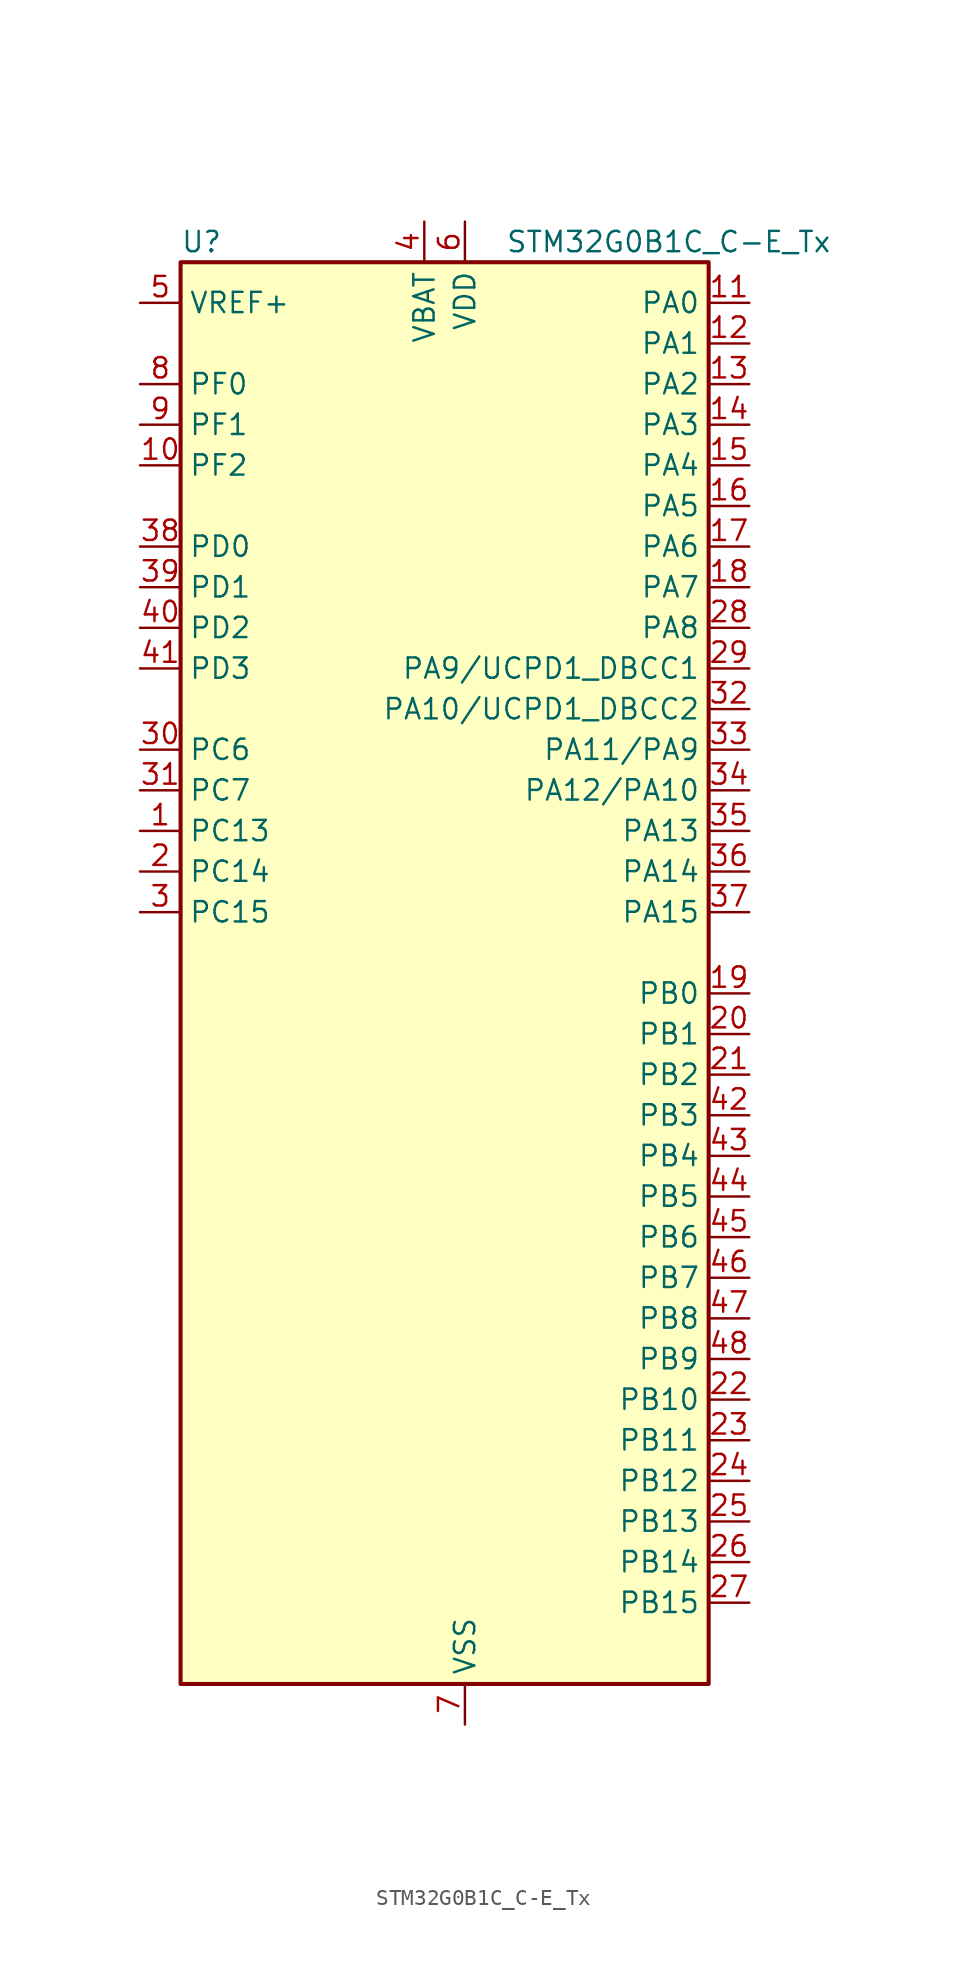
<source format=kicad_sym>
(kicad_symbol_lib
  (version 20211014)
  (generator kicad-library-utils)
  (symbol "STM32G0B1C_C-E_Tx"
    (property "Reference" "U"
      (at -15.24 46.99 0)
      (effects (font (size 1.27 1.27)) (justify left)))
    (property "Value" "STM32G0B1C_C-E_Tx"
      (at 5.08 46.99 0)
      (effects (font (size 1.27 1.27)) (justify left)))
    (property "ki_fp_filters" "LQFP*7x7mm*P0.5mm*"
      (at 0.0 0.0 0.0)
      (effects (font (size 1.27 1.27))))
    (symbol "STM32G0B1C_C-E_Tx_0_1"
      (rectangle (start -15.24 -43.18) (end 17.78 45.72) (stroke (width 0.254)) (fill (type background))))
    (symbol "STM32G0B1C_C-E_Tx_1_1"
      (pin input line (at -17.78 43.18 0) (length 2.54) (name "VREF+" (effects (font (size 1.27 1.27)))) (number "5" (effects (font (size 1.27 1.27)))) (alternate "VREFBUF_OUT" bidirectional line))
      (pin bidirectional line (at -17.78 38.1 0) (length 2.54) (name "PF0" (effects (font (size 1.27 1.27)))) (number "8" (effects (font (size 1.27 1.27)))) (alternate "CRS1_SYNC" bidirectional line) (alternate "RCC_OSC_IN" bidirectional line) (alternate "TIM14_CH1" bidirectional line))
      (pin bidirectional line (at -17.78 35.56 0) (length 2.54) (name "PF1" (effects (font (size 1.27 1.27)))) (number "9" (effects (font (size 1.27 1.27)))) (alternate "RCC_OSC_EN" bidirectional line) (alternate "RCC_OSC_OUT" bidirectional line) (alternate "TIM15_CH1N" bidirectional line))
      (pin bidirectional line (at -17.78 33.02 0) (length 2.54) (name "PF2" (effects (font (size 1.27 1.27)))) (number "10" (effects (font (size 1.27 1.27)))) (alternate "LPUART2_DE" bidirectional line) (alternate "LPUART2_RTS" bidirectional line) (alternate "LPUART2_TX" bidirectional line) (alternate "RCC_MCO" bidirectional line))
      (pin bidirectional line (at -17.78 27.94 0) (length 2.54) (name "PD0" (effects (font (size 1.27 1.27)))) (number "38" (effects (font (size 1.27 1.27)))) (alternate "FDCAN1_RX" bidirectional line) (alternate "I2S2_WS" bidirectional line) (alternate "SPI2_NSS" bidirectional line) (alternate "TIM16_CH1" bidirectional line) (alternate "UCPD2_CC1" bidirectional line))
      (pin bidirectional line (at -17.78 25.4 0) (length 2.54) (name "PD1" (effects (font (size 1.27 1.27)))) (number "39" (effects (font (size 1.27 1.27)))) (alternate "FDCAN1_TX" bidirectional line) (alternate "I2S2_CK" bidirectional line) (alternate "SPI2_SCK" bidirectional line) (alternate "TIM17_CH1" bidirectional line) (alternate "UCPD2_DBCC1" bidirectional line))
      (pin bidirectional line (at -17.78 22.86 0) (length 2.54) (name "PD2" (effects (font (size 1.27 1.27)))) (number "40" (effects (font (size 1.27 1.27)))) (alternate "TIM1_CH1N" bidirectional line) (alternate "TIM3_ETR" bidirectional line) (alternate "UCPD2_CC2" bidirectional line) (alternate "USART3_CK" bidirectional line) (alternate "USART3_DE" bidirectional line) (alternate "USART3_RTS" bidirectional line) (alternate "USART5_RX" bidirectional line))
      (pin bidirectional line (at -17.78 20.32 0) (length 2.54) (name "PD3" (effects (font (size 1.27 1.27)))) (number "41" (effects (font (size 1.27 1.27)))) (alternate "I2S2_MCK" bidirectional line) (alternate "SPI2_MISO" bidirectional line) (alternate "TIM1_CH2N" bidirectional line) (alternate "UCPD2_DBCC2" bidirectional line) (alternate "USART2_CTS" bidirectional line) (alternate "USART2_NSS" bidirectional line) (alternate "USART5_TX" bidirectional line))
      (pin bidirectional line (at -17.78 15.24 0) (length 2.54) (name "PC6" (effects (font (size 1.27 1.27)))) (number "30" (effects (font (size 1.27 1.27)))) (alternate "LPUART2_TX" bidirectional line) (alternate "TIM2_CH3" bidirectional line) (alternate "TIM3_CH1" bidirectional line) (alternate "UCPD1_FRSTX1" bidirectional line) (alternate "UCPD1_FRSTX2" bidirectional line))
      (pin bidirectional line (at -17.78 12.7 0) (length 2.54) (name "PC7" (effects (font (size 1.27 1.27)))) (number "31" (effects (font (size 1.27 1.27)))) (alternate "LPUART2_RX" bidirectional line) (alternate "TIM2_CH4" bidirectional line) (alternate "TIM3_CH2" bidirectional line) (alternate "UCPD2_FRSTX1" bidirectional line) (alternate "UCPD2_FRSTX2" bidirectional line))
      (pin bidirectional line (at -17.78 10.16 0) (length 2.54) (name "PC13" (effects (font (size 1.27 1.27)))) (number "1" (effects (font (size 1.27 1.27)))) (alternate "RTC_OUT1" bidirectional line) (alternate "RTC_TAMP_IN1" bidirectional line) (alternate "RTC_TS" bidirectional line) (alternate "SYS_WKUP2" bidirectional line) (alternate "TIM1_BK" bidirectional line))
      (pin bidirectional line (at -17.78 7.62 0) (length 2.54) (name "PC14" (effects (font (size 1.27 1.27)))) (number "2" (effects (font (size 1.27 1.27)))) (alternate "RCC_OSC32_IN" bidirectional line) (alternate "TIM1_BK2" bidirectional line))
      (pin bidirectional line (at -17.78 5.08 0) (length 2.54) (name "PC15" (effects (font (size 1.27 1.27)))) (number "3" (effects (font (size 1.27 1.27)))) (alternate "RCC_OSC32_EN" bidirectional line) (alternate "RCC_OSC32_OUT" bidirectional line) (alternate "RCC_OSC_EN" bidirectional line) (alternate "TIM15_BK" bidirectional line))
      (pin bidirectional line (at 20.32 43.18 180) (length 2.54) (name "PA0" (effects (font (size 1.27 1.27)))) (number "11" (effects (font (size 1.27 1.27)))) (alternate "ADC1_IN0" bidirectional line) (alternate "COMP1_INM" bidirectional line) (alternate "COMP1_OUT" bidirectional line) (alternate "I2S2_CK" bidirectional line) (alternate "LPTIM1_OUT" bidirectional line) (alternate "RTC_TAMP_IN2" bidirectional line) (alternate "SPI2_SCK" bidirectional line) (alternate "SYS_WKUP1" bidirectional line) (alternate "TIM2_CH1" bidirectional line) (alternate "TIM2_ETR" bidirectional line) (alternate "UCPD2_FRSTX1" bidirectional line) (alternate "UCPD2_FRSTX2" bidirectional line) (alternate "USART2_CTS" bidirectional line) (alternate "USART2_NSS" bidirectional line) (alternate "USART4_TX" bidirectional line))
      (pin bidirectional line (at 20.32 40.64 180) (length 2.54) (name "PA1" (effects (font (size 1.27 1.27)))) (number "12" (effects (font (size 1.27 1.27)))) (alternate "ADC1_IN1" bidirectional line) (alternate "COMP1_INP" bidirectional line) (alternate "I2C1_SMBA" bidirectional line) (alternate "I2S1_CK" bidirectional line) (alternate "SPI1_SCK" bidirectional line) (alternate "TIM15_CH1N" bidirectional line) (alternate "TIM2_CH2" bidirectional line) (alternate "USART2_CK" bidirectional line) (alternate "USART2_DE" bidirectional line) (alternate "USART2_RTS" bidirectional line) (alternate "USART4_RX" bidirectional line))
      (pin bidirectional line (at 20.32 38.1 180) (length 2.54) (name "PA2" (effects (font (size 1.27 1.27)))) (number "13" (effects (font (size 1.27 1.27)))) (alternate "ADC1_IN2" bidirectional line) (alternate "COMP2_INM" bidirectional line) (alternate "COMP2_OUT" bidirectional line) (alternate "I2S1_SD" bidirectional line) (alternate "LPUART1_TX" bidirectional line) (alternate "RCC_LSCO" bidirectional line) (alternate "SPI1_MOSI" bidirectional line) (alternate "SYS_WKUP4" bidirectional line) (alternate "TIM15_CH1" bidirectional line) (alternate "TIM2_CH3" bidirectional line) (alternate "UCPD1_FRSTX1" bidirectional line) (alternate "UCPD1_FRSTX2" bidirectional line) (alternate "USART2_TX" bidirectional line))
      (pin bidirectional line (at 20.32 35.56 180) (length 2.54) (name "PA3" (effects (font (size 1.27 1.27)))) (number "14" (effects (font (size 1.27 1.27)))) (alternate "ADC1_IN3" bidirectional line) (alternate "COMP2_INP" bidirectional line) (alternate "I2S2_MCK" bidirectional line) (alternate "LPUART1_RX" bidirectional line) (alternate "SPI2_MISO" bidirectional line) (alternate "TIM15_CH2" bidirectional line) (alternate "TIM2_CH4" bidirectional line) (alternate "UCPD2_FRSTX1" bidirectional line) (alternate "UCPD2_FRSTX2" bidirectional line) (alternate "USART2_RX" bidirectional line))
      (pin bidirectional line (at 20.32 33.02 180) (length 2.54) (name "PA4" (effects (font (size 1.27 1.27)))) (number "15" (effects (font (size 1.27 1.27)))) (alternate "ADC1_IN4" bidirectional line) (alternate "DAC1_OUT1" bidirectional line) (alternate "I2S1_WS" bidirectional line) (alternate "I2S2_SD" bidirectional line) (alternate "LPTIM2_OUT" bidirectional line) (alternate "RTC_OUT2" bidirectional line) (alternate "SPI1_NSS" bidirectional line) (alternate "SPI2_MOSI" bidirectional line) (alternate "SPI3_NSS" bidirectional line) (alternate "TIM14_CH1" bidirectional line) (alternate "UCPD2_FRSTX1" bidirectional line) (alternate "UCPD2_FRSTX2" bidirectional line) (alternate "USART6_TX" bidirectional line) (alternate "USB_NOE" bidirectional line))
      (pin bidirectional line (at 20.32 30.48 180) (length 2.54) (name "PA5" (effects (font (size 1.27 1.27)))) (number "16" (effects (font (size 1.27 1.27)))) (alternate "ADC1_IN5" bidirectional line) (alternate "CEC" bidirectional line) (alternate "DAC1_OUT2" bidirectional line) (alternate "I2S1_CK" bidirectional line) (alternate "LPTIM2_ETR" bidirectional line) (alternate "SPI1_SCK" bidirectional line) (alternate "TIM2_CH1" bidirectional line) (alternate "TIM2_ETR" bidirectional line) (alternate "UCPD1_FRSTX1" bidirectional line) (alternate "UCPD1_FRSTX2" bidirectional line) (alternate "USART3_TX" bidirectional line) (alternate "USART6_RX" bidirectional line))
      (pin bidirectional line (at 20.32 27.94 180) (length 2.54) (name "PA6" (effects (font (size 1.27 1.27)))) (number "17" (effects (font (size 1.27 1.27)))) (alternate "ADC1_IN6" bidirectional line) (alternate "COMP1_OUT" bidirectional line) (alternate "I2C2_SDA" bidirectional line) (alternate "I2C3_SDA" bidirectional line) (alternate "I2S1_MCK" bidirectional line) (alternate "LPUART1_CTS" bidirectional line) (alternate "SPI1_MISO" bidirectional line) (alternate "TIM16_CH1" bidirectional line) (alternate "TIM1_BK" bidirectional line) (alternate "TIM3_CH1" bidirectional line) (alternate "USART3_CTS" bidirectional line) (alternate "USART3_NSS" bidirectional line) (alternate "USART6_CTS" bidirectional line) (alternate "USART6_NSS" bidirectional line))
      (pin bidirectional line (at 20.32 25.4 180) (length 2.54) (name "PA7" (effects (font (size 1.27 1.27)))) (number "18" (effects (font (size 1.27 1.27)))) (alternate "ADC1_IN7" bidirectional line) (alternate "COMP2_OUT" bidirectional line) (alternate "I2C2_SCL" bidirectional line) (alternate "I2C3_SCL" bidirectional line) (alternate "I2S1_SD" bidirectional line) (alternate "SPI1_MOSI" bidirectional line) (alternate "TIM14_CH1" bidirectional line) (alternate "TIM17_CH1" bidirectional line) (alternate "TIM1_CH1N" bidirectional line) (alternate "TIM3_CH2" bidirectional line) (alternate "UCPD1_FRSTX1" bidirectional line) (alternate "UCPD1_FRSTX2" bidirectional line) (alternate "USART6_CK" bidirectional line) (alternate "USART6_DE" bidirectional line) (alternate "USART6_RTS" bidirectional line))
      (pin bidirectional line (at 20.32 22.86 180) (length 2.54) (name "PA8" (effects (font (size 1.27 1.27)))) (number "28" (effects (font (size 1.27 1.27)))) (alternate "CRS1_SYNC" bidirectional line) (alternate "I2C2_SMBA" bidirectional line) (alternate "I2S2_WS" bidirectional line) (alternate "LPTIM2_OUT" bidirectional line) (alternate "RCC_MCO" bidirectional line) (alternate "SPI2_NSS" bidirectional line) (alternate "TIM1_CH1" bidirectional line) (alternate "UCPD1_CC1" bidirectional line))
      (pin bidirectional line (at 20.32 20.32 180) (length 2.54) (name "PA9/UCPD1_DBCC1" (effects (font (size 1.27 1.27)))) (number "29" (effects (font (size 1.27 1.27)))) (alternate "DAC1_EXTI9" bidirectional line) (alternate "I2C1_SCL" bidirectional line) (alternate "I2C2_SCL" bidirectional line) (alternate "I2S2_MCK" bidirectional line) (alternate "RCC_MCO" bidirectional line) (alternate "SPI2_MISO" bidirectional line) (alternate "TIM15_BK" bidirectional line) (alternate "TIM1_CH2" bidirectional line) (alternate "UCPD1_DBCC1" bidirectional line) (alternate "USART1_TX" bidirectional line))
      (pin bidirectional line (at 20.32 17.78 180) (length 2.54) (name "PA10/UCPD1_DBCC2" (effects (font (size 1.27 1.27)))) (number "32" (effects (font (size 1.27 1.27)))) (alternate "I2C1_SDA" bidirectional line) (alternate "I2C2_SDA" bidirectional line) (alternate "I2S2_SD" bidirectional line) (alternate "RCC_MCO_2" bidirectional line) (alternate "SPI2_MOSI" bidirectional line) (alternate "TIM17_BK" bidirectional line) (alternate "TIM1_CH3" bidirectional line) (alternate "UCPD1_DBCC2" bidirectional line) (alternate "USART1_RX" bidirectional line))
      (pin bidirectional line (at 20.32 15.24 180) (length 2.54) (name "PA11/PA9" (effects (font (size 1.27 1.27)))) (number "33" (effects (font (size 1.27 1.27)))) (alternate "ADC1_EXTI11" bidirectional line) (alternate "COMP1_OUT" bidirectional line) (alternate "FDCAN1_RX" bidirectional line) (alternate "I2C2_SCL" bidirectional line) (alternate "I2S1_MCK" bidirectional line) (alternate "SPI1_MISO" bidirectional line) (alternate "TIM1_BK2" bidirectional line) (alternate "TIM1_CH4" bidirectional line) (alternate "USART1_CTS" bidirectional line) (alternate "USART1_NSS" bidirectional line) (alternate "USB_DM" bidirectional line))
      (pin bidirectional line (at 20.32 12.7 180) (length 2.54) (name "PA12/PA10" (effects (font (size 1.27 1.27)))) (number "34" (effects (font (size 1.27 1.27)))) (alternate "COMP2_OUT" bidirectional line) (alternate "FDCAN1_TX" bidirectional line) (alternate "I2C2_SDA" bidirectional line) (alternate "I2S1_SD" bidirectional line) (alternate "I2S_CKIN" bidirectional line) (alternate "SPI1_MOSI" bidirectional line) (alternate "TIM1_ETR" bidirectional line) (alternate "USART1_CK" bidirectional line) (alternate "USART1_DE" bidirectional line) (alternate "USART1_RTS" bidirectional line) (alternate "USB_DP" bidirectional line))
      (pin bidirectional line (at 20.32 10.16 180) (length 2.54) (name "PA13" (effects (font (size 1.27 1.27)))) (number "35" (effects (font (size 1.27 1.27)))) (alternate "IR_OUT" bidirectional line) (alternate "LPUART2_RX" bidirectional line) (alternate "SYS_SWDIO" bidirectional line) (alternate "USB_NOE" bidirectional line))
      (pin bidirectional line (at 20.32 7.62 180) (length 2.54) (name "PA14" (effects (font (size 1.27 1.27)))) (number "36" (effects (font (size 1.27 1.27)))) (alternate "LPUART2_TX" bidirectional line) (alternate "SYS_SWCLK" bidirectional line) (alternate "USART2_TX" bidirectional line))
      (pin bidirectional line (at 20.32 5.08 180) (length 2.54) (name "PA15" (effects (font (size 1.27 1.27)))) (number "37" (effects (font (size 1.27 1.27)))) (alternate "I2C2_SMBA" bidirectional line) (alternate "I2S1_WS" bidirectional line) (alternate "RCC_MCO_2" bidirectional line) (alternate "SPI1_NSS" bidirectional line) (alternate "SPI3_NSS" bidirectional line) (alternate "TIM2_CH1" bidirectional line) (alternate "TIM2_ETR" bidirectional line) (alternate "USART2_RX" bidirectional line) (alternate "USART3_CK" bidirectional line) (alternate "USART3_DE" bidirectional line) (alternate "USART3_RTS" bidirectional line) (alternate "USART4_CK" bidirectional line) (alternate "USART4_DE" bidirectional line) (alternate "USART4_RTS" bidirectional line) (alternate "USB_NOE" bidirectional line))
      (pin bidirectional line (at 20.32 0.0 180) (length 2.54) (name "PB0" (effects (font (size 1.27 1.27)))) (number "19" (effects (font (size 1.27 1.27)))) (alternate "ADC1_IN8" bidirectional line) (alternate "COMP1_OUT" bidirectional line) (alternate "COMP3_INP" bidirectional line) (alternate "FDCAN2_RX" bidirectional line) (alternate "I2S1_WS" bidirectional line) (alternate "LPTIM1_OUT" bidirectional line) (alternate "LPUART2_CTS" bidirectional line) (alternate "SPI1_NSS" bidirectional line) (alternate "TIM1_CH2N" bidirectional line) (alternate "TIM3_CH3" bidirectional line) (alternate "UCPD1_FRSTX1" bidirectional line) (alternate "UCPD1_FRSTX2" bidirectional line) (alternate "USART3_RX" bidirectional line) (alternate "USART5_TX" bidirectional line))
      (pin bidirectional line (at 20.32 -2.54 180) (length 2.54) (name "PB1" (effects (font (size 1.27 1.27)))) (number "20" (effects (font (size 1.27 1.27)))) (alternate "ADC1_IN9" bidirectional line) (alternate "COMP1_INM" bidirectional line) (alternate "COMP3_OUT" bidirectional line) (alternate "FDCAN2_TX" bidirectional line) (alternate "LPTIM2_IN1" bidirectional line) (alternate "LPUART1_DE" bidirectional line) (alternate "LPUART1_RTS" bidirectional line) (alternate "LPUART2_DE" bidirectional line) (alternate "LPUART2_RTS" bidirectional line) (alternate "TIM14_CH1" bidirectional line) (alternate "TIM1_CH3N" bidirectional line) (alternate "TIM3_CH4" bidirectional line) (alternate "USART3_CK" bidirectional line) (alternate "USART3_DE" bidirectional line) (alternate "USART3_RTS" bidirectional line) (alternate "USART5_RX" bidirectional line))
      (pin bidirectional line (at 20.32 -5.08 180) (length 2.54) (name "PB2" (effects (font (size 1.27 1.27)))) (number "21" (effects (font (size 1.27 1.27)))) (alternate "ADC1_IN10" bidirectional line) (alternate "COMP1_INP" bidirectional line) (alternate "COMP3_INM" bidirectional line) (alternate "I2S2_MCK" bidirectional line) (alternate "LPTIM1_OUT" bidirectional line) (alternate "RCC_MCO_2" bidirectional line) (alternate "SPI2_MISO" bidirectional line) (alternate "USART3_TX" bidirectional line))
      (pin bidirectional line (at 20.32 -7.62 180) (length 2.54) (name "PB3" (effects (font (size 1.27 1.27)))) (number "42" (effects (font (size 1.27 1.27)))) (alternate "COMP2_INM" bidirectional line) (alternate "I2C2_SCL" bidirectional line) (alternate "I2C3_SCL" bidirectional line) (alternate "I2S1_CK" bidirectional line) (alternate "SPI1_SCK" bidirectional line) (alternate "SPI3_SCK" bidirectional line) (alternate "TIM1_CH2" bidirectional line) (alternate "TIM2_CH2" bidirectional line) (alternate "USART1_CK" bidirectional line) (alternate "USART1_DE" bidirectional line) (alternate "USART1_RTS" bidirectional line) (alternate "USART5_TX" bidirectional line))
      (pin bidirectional line (at 20.32 -10.16 180) (length 2.54) (name "PB4" (effects (font (size 1.27 1.27)))) (number "43" (effects (font (size 1.27 1.27)))) (alternate "COMP2_INP" bidirectional line) (alternate "I2C2_SDA" bidirectional line) (alternate "I2C3_SDA" bidirectional line) (alternate "I2S1_MCK" bidirectional line) (alternate "SPI1_MISO" bidirectional line) (alternate "SPI3_MISO" bidirectional line) (alternate "TIM17_BK" bidirectional line) (alternate "TIM3_CH1" bidirectional line) (alternate "USART1_CTS" bidirectional line) (alternate "USART1_NSS" bidirectional line) (alternate "USART5_RX" bidirectional line))
      (pin bidirectional line (at 20.32 -12.7 180) (length 2.54) (name "PB5" (effects (font (size 1.27 1.27)))) (number "44" (effects (font (size 1.27 1.27)))) (alternate "COMP2_OUT" bidirectional line) (alternate "FDCAN2_RX" bidirectional line) (alternate "I2C1_SMBA" bidirectional line) (alternate "I2S1_SD" bidirectional line) (alternate "LPTIM1_IN1" bidirectional line) (alternate "SPI1_MOSI" bidirectional line) (alternate "SPI3_MOSI" bidirectional line) (alternate "SYS_WKUP6" bidirectional line) (alternate "TIM16_BK" bidirectional line) (alternate "TIM3_CH2" bidirectional line) (alternate "USART5_CK" bidirectional line) (alternate "USART5_DE" bidirectional line) (alternate "USART5_RTS" bidirectional line))
      (pin bidirectional line (at 20.32 -15.24 180) (length 2.54) (name "PB6" (effects (font (size 1.27 1.27)))) (number "45" (effects (font (size 1.27 1.27)))) (alternate "COMP2_INP" bidirectional line) (alternate "FDCAN2_TX" bidirectional line) (alternate "I2C1_SCL" bidirectional line) (alternate "I2S2_MCK" bidirectional line) (alternate "LPTIM1_ETR" bidirectional line) (alternate "LPUART2_TX" bidirectional line) (alternate "SPI2_MISO" bidirectional line) (alternate "TIM16_CH1N" bidirectional line) (alternate "TIM1_CH3" bidirectional line) (alternate "TIM4_CH1" bidirectional line) (alternate "USART1_TX" bidirectional line) (alternate "USART5_CTS" bidirectional line) (alternate "USART5_NSS" bidirectional line))
      (pin bidirectional line (at 20.32 -17.78 180) (length 2.54) (name "PB7" (effects (font (size 1.27 1.27)))) (number "46" (effects (font (size 1.27 1.27)))) (alternate "COMP2_INM" bidirectional line) (alternate "I2C1_SDA" bidirectional line) (alternate "I2S2_SD" bidirectional line) (alternate "LPTIM1_IN2" bidirectional line) (alternate "LPUART2_RX" bidirectional line) (alternate "SPI2_MOSI" bidirectional line) (alternate "SYS_PVD_IN" bidirectional line) (alternate "TIM17_CH1N" bidirectional line) (alternate "TIM4_CH2" bidirectional line) (alternate "USART1_RX" bidirectional line) (alternate "USART4_CTS" bidirectional line) (alternate "USART4_NSS" bidirectional line))
      (pin bidirectional line (at 20.32 -20.32 180) (length 2.54) (name "PB8" (effects (font (size 1.27 1.27)))) (number "47" (effects (font (size 1.27 1.27)))) (alternate "CEC" bidirectional line) (alternate "FDCAN1_RX" bidirectional line) (alternate "I2C1_SCL" bidirectional line) (alternate "I2S2_CK" bidirectional line) (alternate "SPI2_SCK" bidirectional line) (alternate "TIM15_BK" bidirectional line) (alternate "TIM16_CH1" bidirectional line) (alternate "TIM4_CH3" bidirectional line) (alternate "USART3_TX" bidirectional line) (alternate "USART6_TX" bidirectional line))
      (pin bidirectional line (at 20.32 -22.86 180) (length 2.54) (name "PB9" (effects (font (size 1.27 1.27)))) (number "48" (effects (font (size 1.27 1.27)))) (alternate "DAC1_EXTI9" bidirectional line) (alternate "FDCAN1_TX" bidirectional line) (alternate "I2C1_SDA" bidirectional line) (alternate "I2S2_WS" bidirectional line) (alternate "IR_OUT" bidirectional line) (alternate "SPI2_NSS" bidirectional line) (alternate "TIM17_CH1" bidirectional line) (alternate "TIM4_CH4" bidirectional line) (alternate "UCPD2_FRSTX1" bidirectional line) (alternate "UCPD2_FRSTX2" bidirectional line) (alternate "USART3_RX" bidirectional line) (alternate "USART6_RX" bidirectional line))
      (pin bidirectional line (at 20.32 -25.4 180) (length 2.54) (name "PB10" (effects (font (size 1.27 1.27)))) (number "22" (effects (font (size 1.27 1.27)))) (alternate "ADC1_IN11" bidirectional line) (alternate "CEC" bidirectional line) (alternate "COMP1_OUT" bidirectional line) (alternate "I2C2_SCL" bidirectional line) (alternate "I2S2_CK" bidirectional line) (alternate "LPUART1_RX" bidirectional line) (alternate "SPI2_SCK" bidirectional line) (alternate "TIM2_CH3" bidirectional line) (alternate "USART3_TX" bidirectional line))
      (pin bidirectional line (at 20.32 -27.94 180) (length 2.54) (name "PB11" (effects (font (size 1.27 1.27)))) (number "23" (effects (font (size 1.27 1.27)))) (alternate "ADC1_EXTI11" bidirectional line) (alternate "ADC1_IN15" bidirectional line) (alternate "COMP2_OUT" bidirectional line) (alternate "I2C2_SDA" bidirectional line) (alternate "I2S2_SD" bidirectional line) (alternate "LPUART1_TX" bidirectional line) (alternate "SPI2_MOSI" bidirectional line) (alternate "TIM2_CH4" bidirectional line) (alternate "USART3_RX" bidirectional line))
      (pin bidirectional line (at 20.32 -30.48 180) (length 2.54) (name "PB12" (effects (font (size 1.27 1.27)))) (number "24" (effects (font (size 1.27 1.27)))) (alternate "ADC1_IN16" bidirectional line) (alternate "FDCAN2_RX" bidirectional line) (alternate "I2C2_SMBA" bidirectional line) (alternate "I2S2_WS" bidirectional line) (alternate "LPUART1_DE" bidirectional line) (alternate "LPUART1_RTS" bidirectional line) (alternate "SPI2_NSS" bidirectional line) (alternate "TIM15_BK" bidirectional line) (alternate "TIM1_BK" bidirectional line) (alternate "UCPD2_FRSTX1" bidirectional line) (alternate "UCPD2_FRSTX2" bidirectional line))
      (pin bidirectional line (at 20.32 -33.02 180) (length 2.54) (name "PB13" (effects (font (size 1.27 1.27)))) (number "25" (effects (font (size 1.27 1.27)))) (alternate "FDCAN2_TX" bidirectional line) (alternate "I2C2_SCL" bidirectional line) (alternate "I2S2_CK" bidirectional line) (alternate "LPUART1_CTS" bidirectional line) (alternate "SPI2_SCK" bidirectional line) (alternate "TIM15_CH1N" bidirectional line) (alternate "TIM1_CH1N" bidirectional line) (alternate "USART3_CTS" bidirectional line) (alternate "USART3_NSS" bidirectional line))
      (pin bidirectional line (at 20.32 -35.56 180) (length 2.54) (name "PB14" (effects (font (size 1.27 1.27)))) (number "26" (effects (font (size 1.27 1.27)))) (alternate "I2C2_SDA" bidirectional line) (alternate "I2S2_MCK" bidirectional line) (alternate "SPI2_MISO" bidirectional line) (alternate "TIM15_CH1" bidirectional line) (alternate "TIM1_CH2N" bidirectional line) (alternate "UCPD1_FRSTX1" bidirectional line) (alternate "UCPD1_FRSTX2" bidirectional line) (alternate "USART3_CK" bidirectional line) (alternate "USART3_DE" bidirectional line) (alternate "USART3_RTS" bidirectional line) (alternate "USART6_CK" bidirectional line) (alternate "USART6_DE" bidirectional line) (alternate "USART6_RTS" bidirectional line))
      (pin bidirectional line (at 20.32 -38.1 180) (length 2.54) (name "PB15" (effects (font (size 1.27 1.27)))) (number "27" (effects (font (size 1.27 1.27)))) (alternate "I2S2_SD" bidirectional line) (alternate "RTC_REFIN" bidirectional line) (alternate "SPI2_MOSI" bidirectional line) (alternate "TIM15_CH1N" bidirectional line) (alternate "TIM15_CH2" bidirectional line) (alternate "TIM1_CH3N" bidirectional line) (alternate "UCPD1_CC2" bidirectional line) (alternate "USART6_CTS" bidirectional line) (alternate "USART6_NSS" bidirectional line))
      (pin power_in line (at 0.0 48.26 270) (length 2.54) (name "VBAT" (effects (font (size 1.27 1.27)))) (number "4" (effects (font (size 1.27 1.27)))))
      (pin power_in line (at 2.54 48.26 270) (length 2.54) (name "VDD" (effects (font (size 1.27 1.27)))) (number "6" (effects (font (size 1.27 1.27)))))
      (pin power_in line (at 2.54 -45.72 90) (length 2.54) (name "VSS" (effects (font (size 1.27 1.27)))) (number "7" (effects (font (size 1.27 1.27))))))))
</source>
